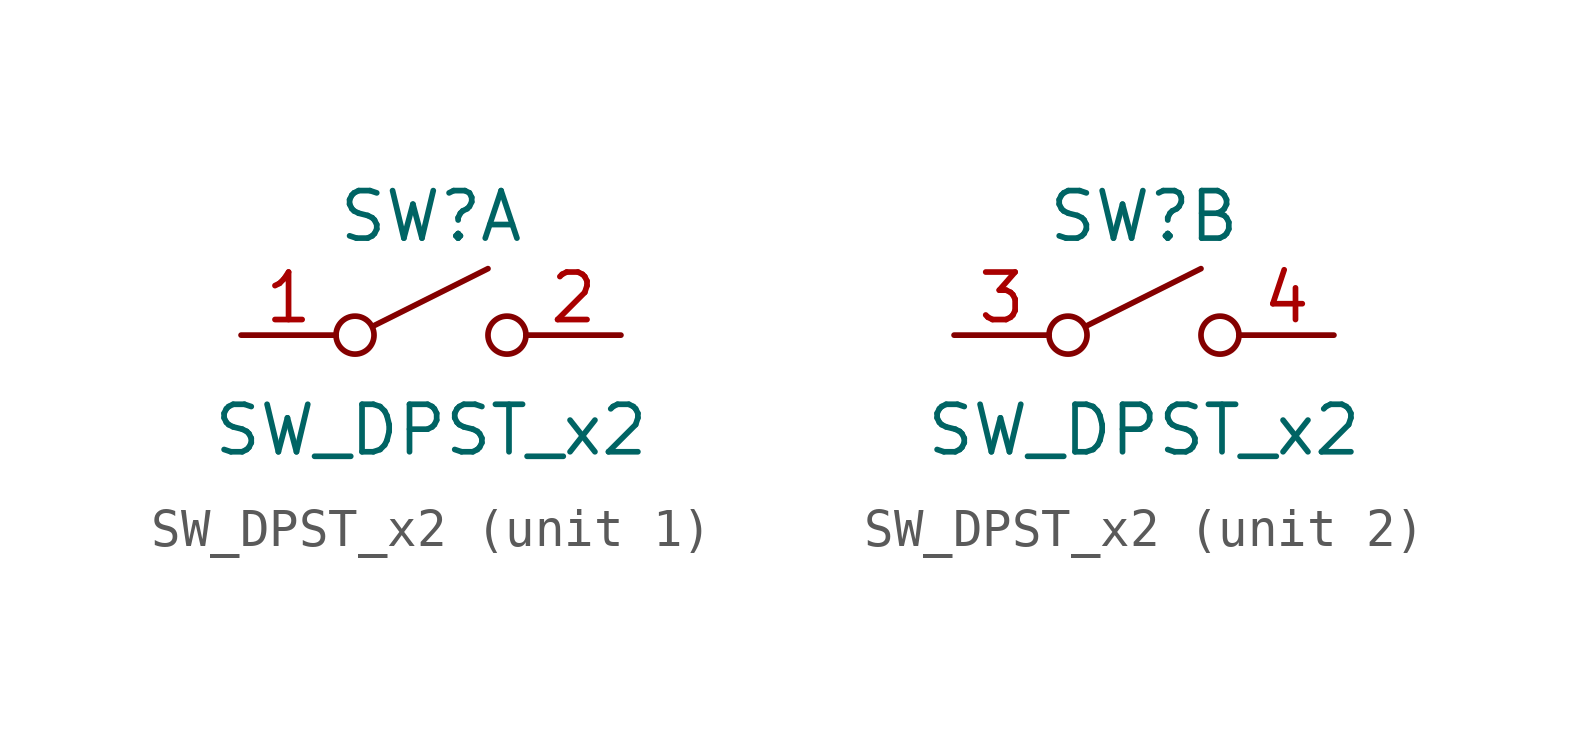
<source format=kicad_sym>
(kicad_symbol_lib
  (version 20220914)
  (generator kicad_symbol_editor)
  (symbol "SW_DPST_x2"
    (pin_names
      (offset 0) hide)
    (property "Reference" "SW"
      (at 0 3.175 0)
      (effects (font (size 1.27 1.27))))
    (property "Value" "SW_DPST_x2"
      (at 0 -2.54 0)
      (effects (font (size 1.27 1.27))))
    (symbol "SW_DPST_x2_0_0"
      (circle (center -2.032 0) (radius 0.508) (stroke (width 0) (type default)) (fill (type none)))
      (polyline (pts (xy -1.524 0.254) (xy 1.524 1.778)) (stroke (width 0) (type default)) (fill (type none)))
      (circle (center 2.032 0) (radius 0.508) (stroke (width 0) (type default)) (fill (type none))))
    (symbol "SW_DPST_x2_1_1"
      (pin passive line (at -5.08 0 0) (length 2.54) (name "A" (effects (font (size 1.27 1.27)))) (number "1" (effects (font (size 1.27 1.27)))))
      (pin passive line (at 5.08 0 180) (length 2.54) (name "B" (effects (font (size 1.27 1.27)))) (number "2" (effects (font (size 1.27 1.27))))))
    (symbol "SW_DPST_x2_2_1"
      (pin passive line (at -5.08 0 0) (length 2.54) (name "A" (effects (font (size 1.27 1.27)))) (number "3" (effects (font (size 1.27 1.27)))))
      (pin passive line (at 5.08 0 180) (length 2.54) (name "B" (effects (font (size 1.27 1.27)))) (number "4" (effects (font (size 1.27 1.27))))))))
</source>
